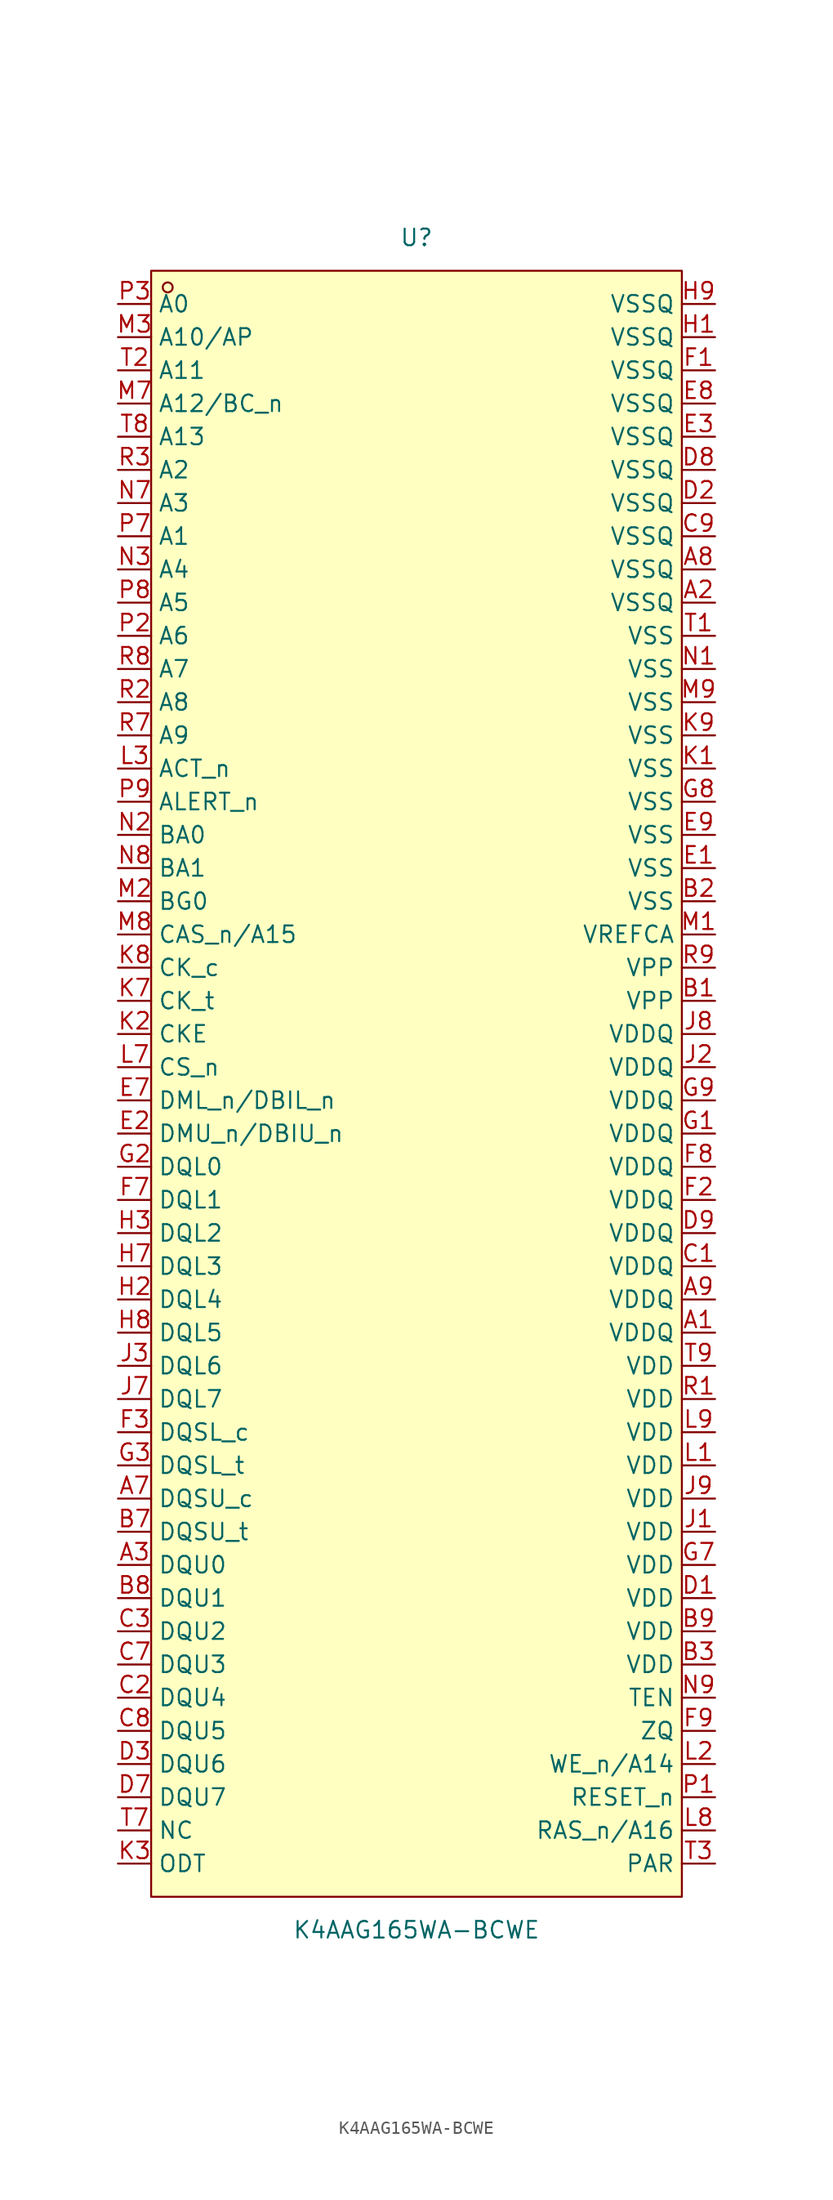
<source format=kicad_sym>
(kicad_symbol_lib
  (version 20211014)
  (generator https://github.com/uPesy/easyeda2kicad.py)
  (symbol "K4AAG165WA-BCWE"
    (property "Reference" "U"
      (at 0 66.04 0)
      (effects (font (size 1.27 1.27))))
    (property "Value" "K4AAG165WA-BCWE"
      (at 0 -63.50 0)
      (effects (font (size 1.27 1.27))))
    (symbol "K4AAG165WA-BCWE_0_1"
      (rectangle (start -20.32 63.50) (end 20.32 -60.96) (stroke (width 0) (type default) (color 0 0 0 0)) (fill (type background)))
      (circle (center -19.05 62.23) (radius 0.38) (stroke (width 0) (type default) (color 0 0 0 0)) (fill (type none)))
      (pin unspecified line (at -22.86 60.96 0) (length 2.54) (name "A0" (effects (font (size 1.27 1.27)))) (number "P3" (effects (font (size 1.27 1.27)))))
      (pin unspecified line (at -22.86 58.42 0) (length 2.54) (name "A10/AP" (effects (font (size 1.27 1.27)))) (number "M3" (effects (font (size 1.27 1.27)))))
      (pin unspecified line (at -22.86 55.88 0) (length 2.54) (name "A11" (effects (font (size 1.27 1.27)))) (number "T2" (effects (font (size 1.27 1.27)))))
      (pin unspecified line (at -22.86 53.34 0) (length 2.54) (name "A12/BC_n" (effects (font (size 1.27 1.27)))) (number "M7" (effects (font (size 1.27 1.27)))))
      (pin unspecified line (at -22.86 50.80 0) (length 2.54) (name "A13" (effects (font (size 1.27 1.27)))) (number "T8" (effects (font (size 1.27 1.27)))))
      (pin unspecified line (at -22.86 48.26 0) (length 2.54) (name "A2" (effects (font (size 1.27 1.27)))) (number "R3" (effects (font (size 1.27 1.27)))))
      (pin unspecified line (at -22.86 45.72 0) (length 2.54) (name "A3" (effects (font (size 1.27 1.27)))) (number "N7" (effects (font (size 1.27 1.27)))))
      (pin unspecified line (at -22.86 43.18 0) (length 2.54) (name "A1" (effects (font (size 1.27 1.27)))) (number "P7" (effects (font (size 1.27 1.27)))))
      (pin unspecified line (at -22.86 40.64 0) (length 2.54) (name "A4" (effects (font (size 1.27 1.27)))) (number "N3" (effects (font (size 1.27 1.27)))))
      (pin unspecified line (at -22.86 38.10 0) (length 2.54) (name "A5" (effects (font (size 1.27 1.27)))) (number "P8" (effects (font (size 1.27 1.27)))))
      (pin unspecified line (at -22.86 35.56 0) (length 2.54) (name "A6" (effects (font (size 1.27 1.27)))) (number "P2" (effects (font (size 1.27 1.27)))))
      (pin unspecified line (at -22.86 33.02 0) (length 2.54) (name "A7" (effects (font (size 1.27 1.27)))) (number "R8" (effects (font (size 1.27 1.27)))))
      (pin unspecified line (at -22.86 30.48 0) (length 2.54) (name "A8" (effects (font (size 1.27 1.27)))) (number "R2" (effects (font (size 1.27 1.27)))))
      (pin unspecified line (at -22.86 27.94 0) (length 2.54) (name "A9" (effects (font (size 1.27 1.27)))) (number "R7" (effects (font (size 1.27 1.27)))))
      (pin unspecified line (at -22.86 25.40 0) (length 2.54) (name "ACT_n" (effects (font (size 1.27 1.27)))) (number "L3" (effects (font (size 1.27 1.27)))))
      (pin unspecified line (at -22.86 22.86 0) (length 2.54) (name "ALERT_n" (effects (font (size 1.27 1.27)))) (number "P9" (effects (font (size 1.27 1.27)))))
      (pin unspecified line (at -22.86 20.32 0) (length 2.54) (name "BA0" (effects (font (size 1.27 1.27)))) (number "N2" (effects (font (size 1.27 1.27)))))
      (pin unspecified line (at -22.86 17.78 0) (length 2.54) (name "BA1" (effects (font (size 1.27 1.27)))) (number "N8" (effects (font (size 1.27 1.27)))))
      (pin unspecified line (at -22.86 15.24 0) (length 2.54) (name "BG0" (effects (font (size 1.27 1.27)))) (number "M2" (effects (font (size 1.27 1.27)))))
      (pin unspecified line (at -22.86 12.70 0) (length 2.54) (name "CAS_n/A15" (effects (font (size 1.27 1.27)))) (number "M8" (effects (font (size 1.27 1.27)))))
      (pin unspecified line (at -22.86 10.16 0) (length 2.54) (name "CK_c" (effects (font (size 1.27 1.27)))) (number "K8" (effects (font (size 1.27 1.27)))))
      (pin unspecified line (at -22.86 7.62 0) (length 2.54) (name "CK_t" (effects (font (size 1.27 1.27)))) (number "K7" (effects (font (size 1.27 1.27)))))
      (pin unspecified line (at -22.86 5.08 0) (length 2.54) (name "CKE" (effects (font (size 1.27 1.27)))) (number "K2" (effects (font (size 1.27 1.27)))))
      (pin unspecified line (at -22.86 2.54 0) (length 2.54) (name "CS_n" (effects (font (size 1.27 1.27)))) (number "L7" (effects (font (size 1.27 1.27)))))
      (pin unspecified line (at -22.86 -0.00 0) (length 2.54) (name "DML_n/DBIL_n" (effects (font (size 1.27 1.27)))) (number "E7" (effects (font (size 1.27 1.27)))))
      (pin unspecified line (at -22.86 -2.54 0) (length 2.54) (name "DMU_n/DBIU_n" (effects (font (size 1.27 1.27)))) (number "E2" (effects (font (size 1.27 1.27)))))
      (pin unspecified line (at -22.86 -5.08 0) (length 2.54) (name "DQL0" (effects (font (size 1.27 1.27)))) (number "G2" (effects (font (size 1.27 1.27)))))
      (pin unspecified line (at -22.86 -7.62 0) (length 2.54) (name "DQL1" (effects (font (size 1.27 1.27)))) (number "F7" (effects (font (size 1.27 1.27)))))
      (pin unspecified line (at -22.86 -10.16 0) (length 2.54) (name "DQL2" (effects (font (size 1.27 1.27)))) (number "H3" (effects (font (size 1.27 1.27)))))
      (pin unspecified line (at -22.86 -12.70 0) (length 2.54) (name "DQL3" (effects (font (size 1.27 1.27)))) (number "H7" (effects (font (size 1.27 1.27)))))
      (pin unspecified line (at -22.86 -15.24 0) (length 2.54) (name "DQL4" (effects (font (size 1.27 1.27)))) (number "H2" (effects (font (size 1.27 1.27)))))
      (pin unspecified line (at -22.86 -17.78 0) (length 2.54) (name "DQL5" (effects (font (size 1.27 1.27)))) (number "H8" (effects (font (size 1.27 1.27)))))
      (pin unspecified line (at -22.86 -20.32 0) (length 2.54) (name "DQL6" (effects (font (size 1.27 1.27)))) (number "J3" (effects (font (size 1.27 1.27)))))
      (pin unspecified line (at -22.86 -22.86 0) (length 2.54) (name "DQL7" (effects (font (size 1.27 1.27)))) (number "J7" (effects (font (size 1.27 1.27)))))
      (pin unspecified line (at -22.86 -25.40 0) (length 2.54) (name "DQSL_c" (effects (font (size 1.27 1.27)))) (number "F3" (effects (font (size 1.27 1.27)))))
      (pin unspecified line (at -22.86 -27.94 0) (length 2.54) (name "DQSL_t" (effects (font (size 1.27 1.27)))) (number "G3" (effects (font (size 1.27 1.27)))))
      (pin unspecified line (at -22.86 -30.48 0) (length 2.54) (name "DQSU_c" (effects (font (size 1.27 1.27)))) (number "A7" (effects (font (size 1.27 1.27)))))
      (pin unspecified line (at -22.86 -33.02 0) (length 2.54) (name "DQSU_t" (effects (font (size 1.27 1.27)))) (number "B7" (effects (font (size 1.27 1.27)))))
      (pin unspecified line (at -22.86 -35.56 0) (length 2.54) (name "DQU0" (effects (font (size 1.27 1.27)))) (number "A3" (effects (font (size 1.27 1.27)))))
      (pin unspecified line (at -22.86 -38.10 0) (length 2.54) (name "DQU1" (effects (font (size 1.27 1.27)))) (number "B8" (effects (font (size 1.27 1.27)))))
      (pin unspecified line (at -22.86 -40.64 0) (length 2.54) (name "DQU2" (effects (font (size 1.27 1.27)))) (number "C3" (effects (font (size 1.27 1.27)))))
      (pin unspecified line (at -22.86 -43.18 0) (length 2.54) (name "DQU3" (effects (font (size 1.27 1.27)))) (number "C7" (effects (font (size 1.27 1.27)))))
      (pin unspecified line (at -22.86 -45.72 0) (length 2.54) (name "DQU4" (effects (font (size 1.27 1.27)))) (number "C2" (effects (font (size 1.27 1.27)))))
      (pin unspecified line (at -22.86 -48.26 0) (length 2.54) (name "DQU5" (effects (font (size 1.27 1.27)))) (number "C8" (effects (font (size 1.27 1.27)))))
      (pin unspecified line (at -22.86 -50.80 0) (length 2.54) (name "DQU6" (effects (font (size 1.27 1.27)))) (number "D3" (effects (font (size 1.27 1.27)))))
      (pin unspecified line (at -22.86 -53.34 0) (length 2.54) (name "DQU7" (effects (font (size 1.27 1.27)))) (number "D7" (effects (font (size 1.27 1.27)))))
      (pin unspecified line (at -22.86 -55.88 0) (length 2.54) (name "NC" (effects (font (size 1.27 1.27)))) (number "T7" (effects (font (size 1.27 1.27)))))
      (pin unspecified line (at -22.86 -58.42 0) (length 2.54) (name "ODT" (effects (font (size 1.27 1.27)))) (number "K3" (effects (font (size 1.27 1.27)))))
      (pin unspecified line (at 22.86 -58.42 180) (length 2.54) (name "PAR" (effects (font (size 1.27 1.27)))) (number "T3" (effects (font (size 1.27 1.27)))))
      (pin unspecified line (at 22.86 -55.88 180) (length 2.54) (name "RAS_n/A16" (effects (font (size 1.27 1.27)))) (number "L8" (effects (font (size 1.27 1.27)))))
      (pin unspecified line (at 22.86 -53.34 180) (length 2.54) (name "RESET_n" (effects (font (size 1.27 1.27)))) (number "P1" (effects (font (size 1.27 1.27)))))
      (pin unspecified line (at 22.86 -50.80 180) (length 2.54) (name "WE_n/A14" (effects (font (size 1.27 1.27)))) (number "L2" (effects (font (size 1.27 1.27)))))
      (pin unspecified line (at 22.86 -48.26 180) (length 2.54) (name "ZQ" (effects (font (size 1.27 1.27)))) (number "F9" (effects (font (size 1.27 1.27)))))
      (pin unspecified line (at 22.86 -45.72 180) (length 2.54) (name "TEN" (effects (font (size 1.27 1.27)))) (number "N9" (effects (font (size 1.27 1.27)))))
      (pin unspecified line (at 22.86 -43.18 180) (length 2.54) (name "VDD" (effects (font (size 1.27 1.27)))) (number "B3" (effects (font (size 1.27 1.27)))))
      (pin unspecified line (at 22.86 -40.64 180) (length 2.54) (name "VDD" (effects (font (size 1.27 1.27)))) (number "B9" (effects (font (size 1.27 1.27)))))
      (pin unspecified line (at 22.86 -38.10 180) (length 2.54) (name "VDD" (effects (font (size 1.27 1.27)))) (number "D1" (effects (font (size 1.27 1.27)))))
      (pin unspecified line (at 22.86 -35.56 180) (length 2.54) (name "VDD" (effects (font (size 1.27 1.27)))) (number "G7" (effects (font (size 1.27 1.27)))))
      (pin unspecified line (at 22.86 -33.02 180) (length 2.54) (name "VDD" (effects (font (size 1.27 1.27)))) (number "J1" (effects (font (size 1.27 1.27)))))
      (pin unspecified line (at 22.86 -30.48 180) (length 2.54) (name "VDD" (effects (font (size 1.27 1.27)))) (number "J9" (effects (font (size 1.27 1.27)))))
      (pin unspecified line (at 22.86 -27.94 180) (length 2.54) (name "VDD" (effects (font (size 1.27 1.27)))) (number "L1" (effects (font (size 1.27 1.27)))))
      (pin unspecified line (at 22.86 -25.40 180) (length 2.54) (name "VDD" (effects (font (size 1.27 1.27)))) (number "L9" (effects (font (size 1.27 1.27)))))
      (pin unspecified line (at 22.86 -22.86 180) (length 2.54) (name "VDD" (effects (font (size 1.27 1.27)))) (number "R1" (effects (font (size 1.27 1.27)))))
      (pin unspecified line (at 22.86 -20.32 180) (length 2.54) (name "VDD" (effects (font (size 1.27 1.27)))) (number "T9" (effects (font (size 1.27 1.27)))))
      (pin unspecified line (at 22.86 -17.78 180) (length 2.54) (name "VDDQ" (effects (font (size 1.27 1.27)))) (number "A1" (effects (font (size 1.27 1.27)))))
      (pin unspecified line (at 22.86 -15.24 180) (length 2.54) (name "VDDQ" (effects (font (size 1.27 1.27)))) (number "A9" (effects (font (size 1.27 1.27)))))
      (pin unspecified line (at 22.86 -12.70 180) (length 2.54) (name "VDDQ" (effects (font (size 1.27 1.27)))) (number "C1" (effects (font (size 1.27 1.27)))))
      (pin unspecified line (at 22.86 -10.16 180) (length 2.54) (name "VDDQ" (effects (font (size 1.27 1.27)))) (number "D9" (effects (font (size 1.27 1.27)))))
      (pin unspecified line (at 22.86 -7.62 180) (length 2.54) (name "VDDQ" (effects (font (size 1.27 1.27)))) (number "F2" (effects (font (size 1.27 1.27)))))
      (pin unspecified line (at 22.86 -5.08 180) (length 2.54) (name "VDDQ" (effects (font (size 1.27 1.27)))) (number "F8" (effects (font (size 1.27 1.27)))))
      (pin unspecified line (at 22.86 -2.54 180) (length 2.54) (name "VDDQ" (effects (font (size 1.27 1.27)))) (number "G1" (effects (font (size 1.27 1.27)))))
      (pin unspecified line (at 22.86 -0.00 180) (length 2.54) (name "VDDQ" (effects (font (size 1.27 1.27)))) (number "G9" (effects (font (size 1.27 1.27)))))
      (pin unspecified line (at 22.86 2.54 180) (length 2.54) (name "VDDQ" (effects (font (size 1.27 1.27)))) (number "J2" (effects (font (size 1.27 1.27)))))
      (pin unspecified line (at 22.86 5.08 180) (length 2.54) (name "VDDQ" (effects (font (size 1.27 1.27)))) (number "J8" (effects (font (size 1.27 1.27)))))
      (pin unspecified line (at 22.86 7.62 180) (length 2.54) (name "VPP" (effects (font (size 1.27 1.27)))) (number "B1" (effects (font (size 1.27 1.27)))))
      (pin unspecified line (at 22.86 10.16 180) (length 2.54) (name "VPP" (effects (font (size 1.27 1.27)))) (number "R9" (effects (font (size 1.27 1.27)))))
      (pin unspecified line (at 22.86 12.70 180) (length 2.54) (name "VREFCA" (effects (font (size 1.27 1.27)))) (number "M1" (effects (font (size 1.27 1.27)))))
      (pin unspecified line (at 22.86 15.24 180) (length 2.54) (name "VSS" (effects (font (size 1.27 1.27)))) (number "B2" (effects (font (size 1.27 1.27)))))
      (pin unspecified line (at 22.86 17.78 180) (length 2.54) (name "VSS" (effects (font (size 1.27 1.27)))) (number "E1" (effects (font (size 1.27 1.27)))))
      (pin unspecified line (at 22.86 20.32 180) (length 2.54) (name "VSS" (effects (font (size 1.27 1.27)))) (number "E9" (effects (font (size 1.27 1.27)))))
      (pin unspecified line (at 22.86 22.86 180) (length 2.54) (name "VSS" (effects (font (size 1.27 1.27)))) (number "G8" (effects (font (size 1.27 1.27)))))
      (pin unspecified line (at 22.86 25.40 180) (length 2.54) (name "VSS" (effects (font (size 1.27 1.27)))) (number "K1" (effects (font (size 1.27 1.27)))))
      (pin unspecified line (at 22.86 27.94 180) (length 2.54) (name "VSS" (effects (font (size 1.27 1.27)))) (number "K9" (effects (font (size 1.27 1.27)))))
      (pin unspecified line (at 22.86 30.48 180) (length 2.54) (name "VSS" (effects (font (size 1.27 1.27)))) (number "M9" (effects (font (size 1.27 1.27)))))
      (pin unspecified line (at 22.86 33.02 180) (length 2.54) (name "VSS" (effects (font (size 1.27 1.27)))) (number "N1" (effects (font (size 1.27 1.27)))))
      (pin unspecified line (at 22.86 35.56 180) (length 2.54) (name "VSS" (effects (font (size 1.27 1.27)))) (number "T1" (effects (font (size 1.27 1.27)))))
      (pin unspecified line (at 22.86 38.10 180) (length 2.54) (name "VSSQ" (effects (font (size 1.27 1.27)))) (number "A2" (effects (font (size 1.27 1.27)))))
      (pin unspecified line (at 22.86 40.64 180) (length 2.54) (name "VSSQ" (effects (font (size 1.27 1.27)))) (number "A8" (effects (font (size 1.27 1.27)))))
      (pin unspecified line (at 22.86 43.18 180) (length 2.54) (name "VSSQ" (effects (font (size 1.27 1.27)))) (number "C9" (effects (font (size 1.27 1.27)))))
      (pin unspecified line (at 22.86 45.72 180) (length 2.54) (name "VSSQ" (effects (font (size 1.27 1.27)))) (number "D2" (effects (font (size 1.27 1.27)))))
      (pin unspecified line (at 22.86 48.26 180) (length 2.54) (name "VSSQ" (effects (font (size 1.27 1.27)))) (number "D8" (effects (font (size 1.27 1.27)))))
      (pin unspecified line (at 22.86 50.80 180) (length 2.54) (name "VSSQ" (effects (font (size 1.27 1.27)))) (number "E3" (effects (font (size 1.27 1.27)))))
      (pin unspecified line (at 22.86 53.34 180) (length 2.54) (name "VSSQ" (effects (font (size 1.27 1.27)))) (number "E8" (effects (font (size 1.27 1.27)))))
      (pin unspecified line (at 22.86 55.88 180) (length 2.54) (name "VSSQ" (effects (font (size 1.27 1.27)))) (number "F1" (effects (font (size 1.27 1.27)))))
      (pin unspecified line (at 22.86 58.42 180) (length 2.54) (name "VSSQ" (effects (font (size 1.27 1.27)))) (number "H1" (effects (font (size 1.27 1.27)))))
      (pin unspecified line (at 22.86 60.96 180) (length 2.54) (name "VSSQ" (effects (font (size 1.27 1.27)))) (number "H9" (effects (font (size 1.27 1.27))))))))
</source>
